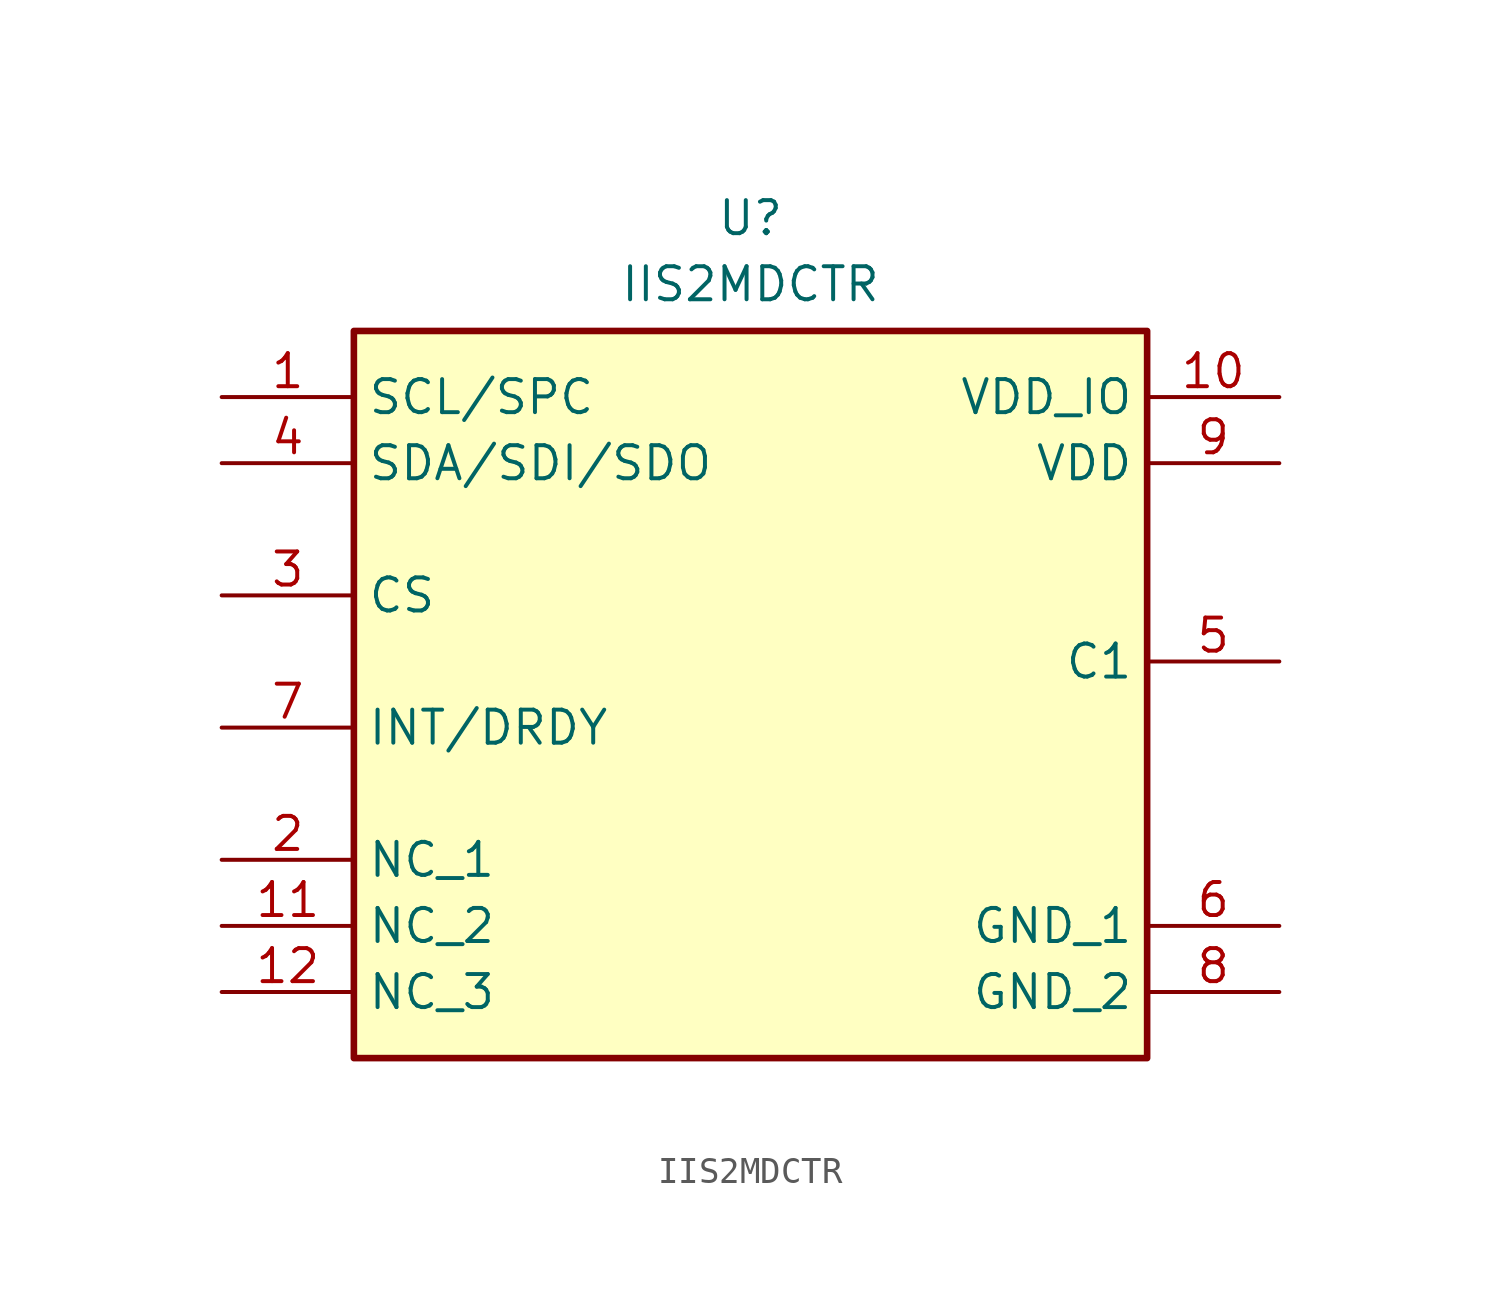
<source format=kicad_sym>
(kicad_symbol_lib
  (version 20220914)
  (generator kicad_symbol_editor)
  (symbol "IIS2MDCTR"
    (property "Reference" "U"
      (at 0 17.78 0)
      (effects (font (size 1.27 1.27)) (justify top)))
    (property "Value" "IIS2MDCTR"
      (at 0 15.24 0)
      (effects (font (size 1.27 1.27)) (justify top)))
    (symbol "IIS2MDCTR_1_1"
      (rectangle (start -15.24 12.7) (end 15.24 -15.24) (stroke (width 0.254) (type default)) (fill (type background)))
      (pin passive line (at -20.32 10.16 0) (length 5.08) (name "SCL/SPC" (effects (font (size 1.27 1.27)))) (number "1" (effects (font (size 1.27 1.27)))))
      (pin passive line (at 20.32 10.16 180) (length 5.08) (name "VDD_IO" (effects (font (size 1.27 1.27)))) (number "10" (effects (font (size 1.27 1.27)))))
      (pin passive line (at -20.32 -10.16 0) (length 5.08) (name "NC_2" (effects (font (size 1.27 1.27)))) (number "11" (effects (font (size 1.27 1.27)))))
      (pin passive line (at -20.32 -12.7 0) (length 5.08) (name "NC_3" (effects (font (size 1.27 1.27)))) (number "12" (effects (font (size 1.27 1.27)))))
      (pin passive line (at -20.32 -7.62 0) (length 5.08) (name "NC_1" (effects (font (size 1.27 1.27)))) (number "2" (effects (font (size 1.27 1.27)))))
      (pin passive line (at -20.32 2.54 0) (length 5.08) (name "CS" (effects (font (size 1.27 1.27)))) (number "3" (effects (font (size 1.27 1.27)))))
      (pin passive line (at -20.32 7.62 0) (length 5.08) (name "SDA/SDI/SDO" (effects (font (size 1.27 1.27)))) (number "4" (effects (font (size 1.27 1.27)))))
      (pin passive line (at 20.32 0 180) (length 5.08) (name "C1" (effects (font (size 1.27 1.27)))) (number "5" (effects (font (size 1.27 1.27)))))
      (pin passive line (at 20.32 -10.16 180) (length 5.08) (name "GND_1" (effects (font (size 1.27 1.27)))) (number "6" (effects (font (size 1.27 1.27)))))
      (pin passive line (at -20.32 -2.54 0) (length 5.08) (name "INT/DRDY" (effects (font (size 1.27 1.27)))) (number "7" (effects (font (size 1.27 1.27)))))
      (pin passive line (at 20.32 -12.7 180) (length 5.08) (name "GND_2" (effects (font (size 1.27 1.27)))) (number "8" (effects (font (size 1.27 1.27)))))
      (pin passive line (at 20.32 7.62 180) (length 5.08) (name "VDD" (effects (font (size 1.27 1.27)))) (number "9" (effects (font (size 1.27 1.27))))))))
</source>
